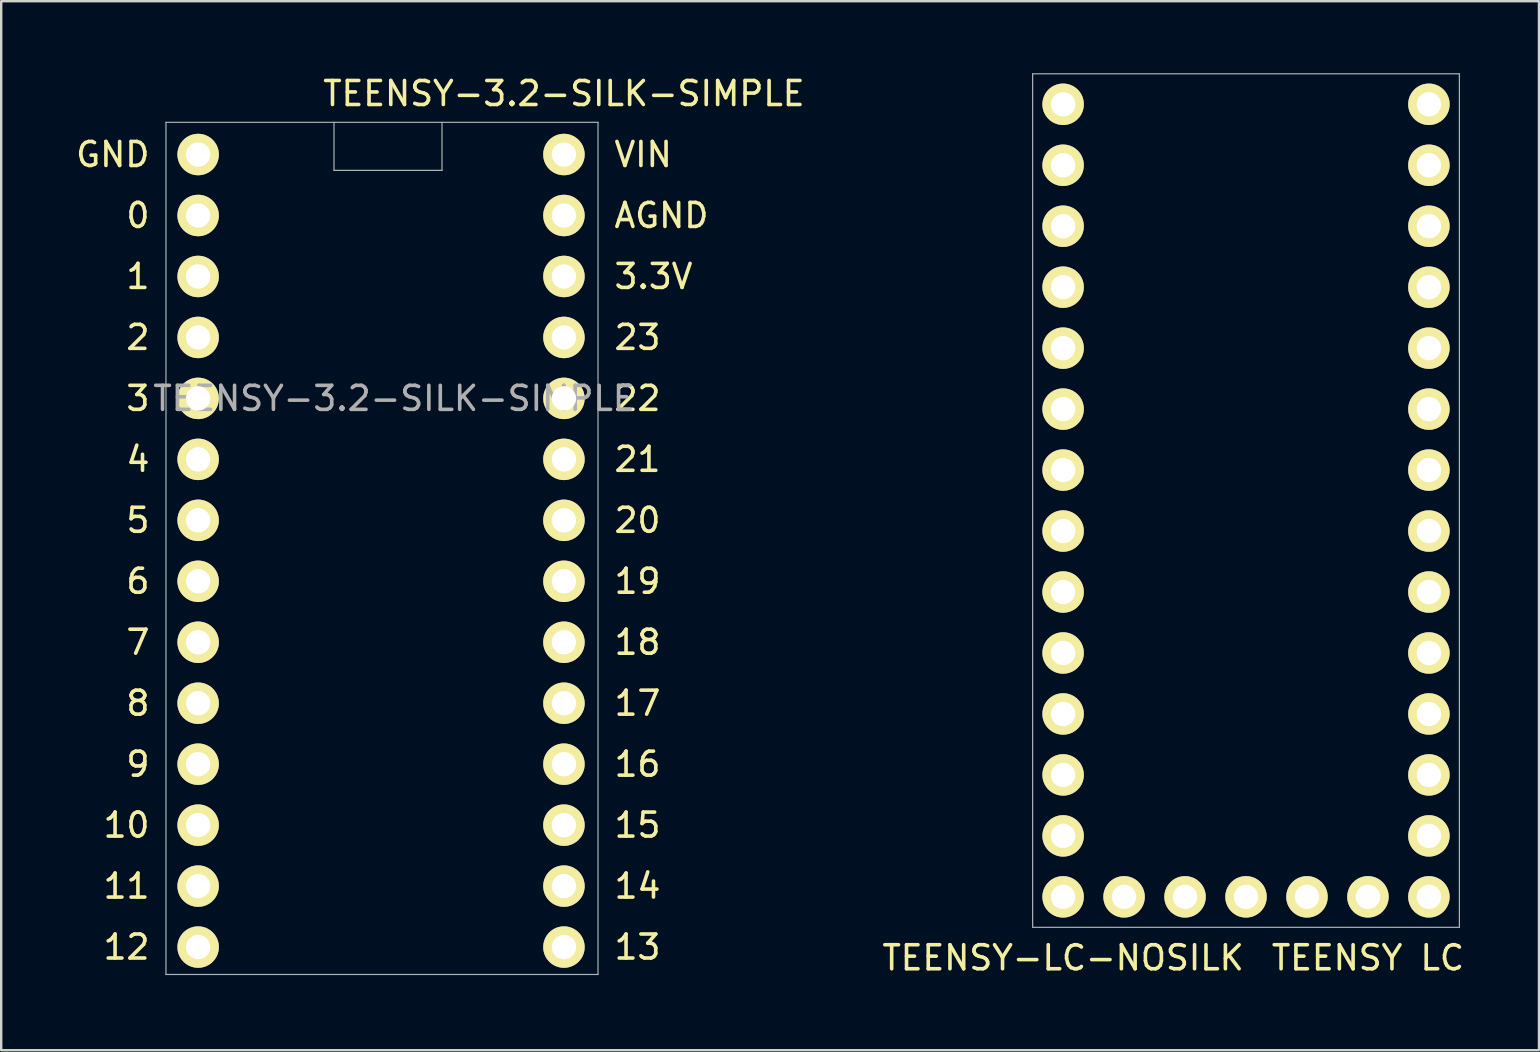
<source format=kicad_pcb>
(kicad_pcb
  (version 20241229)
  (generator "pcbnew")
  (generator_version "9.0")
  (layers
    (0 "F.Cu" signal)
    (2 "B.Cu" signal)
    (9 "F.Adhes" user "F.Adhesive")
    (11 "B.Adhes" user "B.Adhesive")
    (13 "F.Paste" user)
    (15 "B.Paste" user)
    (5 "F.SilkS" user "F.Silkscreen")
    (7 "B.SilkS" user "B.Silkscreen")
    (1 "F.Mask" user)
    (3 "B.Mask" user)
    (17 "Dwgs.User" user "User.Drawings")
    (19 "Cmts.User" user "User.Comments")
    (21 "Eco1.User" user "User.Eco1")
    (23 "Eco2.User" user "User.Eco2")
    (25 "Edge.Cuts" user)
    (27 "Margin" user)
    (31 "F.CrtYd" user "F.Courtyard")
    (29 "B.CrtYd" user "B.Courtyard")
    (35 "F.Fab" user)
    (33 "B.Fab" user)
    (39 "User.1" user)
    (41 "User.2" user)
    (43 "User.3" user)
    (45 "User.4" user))
  (footprint "TEENSY-LC-NOSILK"
    (layer "F.Cu")
    (at 51.402 11.455)
    (property "Reference" "TEENSY-LC-NOSILK" (at -10.16 25.4 180) (layer "F.SilkS") (effects (font (size 1 1) (thickness 0.15))))
    (attr through_hole)
    (fp_line (start -11.43 -11.43) (end -11.43 24.13) (stroke (width 0.051) (type solid)) (layer "F.Fab"))
    (fp_line (start -11.43 24.13) (end 6.35 24.13) (stroke (width 0.051) (type solid)) (layer "F.Fab"))
    (fp_line (start 6.35 -11.43) (end -11.43 -11.43) (stroke (width 0.051) (type solid)) (layer "F.Fab"))
    (fp_line (start 6.35 24.13) (end 6.35 -11.43) (stroke (width 0.051) (type solid)) (layer "F.Fab"))
    (fp_text user "TEENSY LC" (at 2.54 25.4 0) (layer "F.SilkS") (effects (font (size 1 1) (thickness 0.15))))
    (pad "0" thru_hole circle (at -10.16 -7.62) (size 1.727 1.727) (drill 1.016) (layers "*.Cu" "*.Mask" "F.SilkS"))
    (pad "1" thru_hole circle (at -10.16 -5.08) (size 1.727 1.727) (drill 1.016) (layers "*.Cu" "*.Mask" "F.SilkS"))
    (pad "2" thru_hole circle (at -10.16 -2.54) (size 1.727 1.727) (drill 1.016) (layers "*.Cu" "*.Mask" "F.SilkS"))
    (pad "3" thru_hole circle (at -10.16 0) (size 1.727 1.727) (drill 1.016) (layers "*.Cu" "*.Mask" "F.SilkS"))
    (pad "3V1" thru_hole circle (at -5.08 22.86) (size 1.727 1.727) (drill 1.016) (layers "*.Cu" "*.Mask" "F.SilkS"))
    (pad "3V2" thru_hole circle (at 5.08 -5.08) (size 1.727 1.727) (drill 1.016) (layers "*.Cu" "*.Mask" "F.SilkS"))
    (pad "4" thru_hole circle (at -10.16 2.54) (size 1.727 1.727) (drill 1.016) (layers "*.Cu" "*.Mask" "F.SilkS"))
    (pad "5" thru_hole circle (at -10.16 5.08) (size 1.727 1.727) (drill 1.016) (layers "*.Cu" "*.Mask" "F.SilkS"))
    (pad "6" thru_hole circle (at -10.16 7.62) (size 1.727 1.727) (drill 1.016) (layers "*.Cu" "*.Mask" "F.SilkS"))
    (pad "7" thru_hole circle (at -10.16 10.16) (size 1.727 1.727) (drill 1.016) (layers "*.Cu" "*.Mask" "F.SilkS"))
    (pad "8" thru_hole circle (at -10.16 12.7) (size 1.727 1.727) (drill 1.016) (layers "*.Cu" "*.Mask" "F.SilkS"))
    (pad "9" thru_hole circle (at -10.16 15.24) (size 1.727 1.727) (drill 1.016) (layers "*.Cu" "*.Mask" "F.SilkS"))
    (pad "10" thru_hole circle (at -10.16 17.78) (size 1.727 1.727) (drill 1.016) (layers "*.Cu" "*.Mask" "F.SilkS"))
    (pad "11" thru_hole circle (at -10.16 20.32) (size 1.727 1.727) (drill 1.016) (layers "*.Cu" "*.Mask" "F.SilkS"))
    (pad "12" thru_hole circle (at -10.16 22.86) (size 1.727 1.727) (drill 1.016) (layers "*.Cu" "*.Mask" "F.SilkS"))
    (pad "13" thru_hole circle (at 5.08 22.86) (size 1.727 1.727) (drill 1.016) (layers "*.Cu" "*.Mask" "F.SilkS"))
    (pad "14" thru_hole circle (at 5.08 20.32) (size 1.727 1.727) (drill 1.016) (layers "*.Cu" "*.Mask" "F.SilkS"))
    (pad "15" thru_hole circle (at 5.08 17.78) (size 1.727 1.727) (drill 1.016) (layers "*.Cu" "*.Mask" "F.SilkS"))
    (pad "16" thru_hole circle (at 5.08 15.24) (size 1.727 1.727) (drill 1.016) (layers "*.Cu" "*.Mask" "F.SilkS"))
    (pad "17" thru_hole circle (at 5.08 12.7) (size 1.727 1.727) (drill 1.016) (layers "*.Cu" "*.Mask" "F.SilkS"))
    (pad "17A" thru_hole circle (at -7.62 22.86) (size 1.727 1.727) (drill 1.016) (layers "*.Cu" "*.Mask" "F.SilkS"))
    (pad "18" thru_hole circle (at 5.08 10.16) (size 1.727 1.727) (drill 1.016) (layers "*.Cu" "*.Mask" "F.SilkS"))
    (pad "19" thru_hole circle (at 5.08 7.62) (size 1.727 1.727) (drill 1.016) (layers "*.Cu" "*.Mask" "F.SilkS"))
    (pad "20" thru_hole circle (at 5.08 5.08) (size 1.727 1.727) (drill 1.016) (layers "*.Cu" "*.Mask" "F.SilkS"))
    (pad "21" thru_hole circle (at 5.08 2.54) (size 1.727 1.727) (drill 1.016) (layers "*.Cu" "*.Mask" "F.SilkS"))
    (pad "22" thru_hole circle (at 5.08 0) (size 1.727 1.727) (drill 1.016) (layers "*.Cu" "*.Mask" "F.SilkS"))
    (pad "23" thru_hole circle (at 5.08 -2.54) (size 1.727 1.727) (drill 1.016) (layers "*.Cu" "*.Mask" "F.SilkS"))
    (pad "DAC" thru_hole circle (at 2.54 22.86) (size 1.727 1.727) (drill 1.016) (layers "*.Cu" "*.Mask" "F.SilkS"))
    (pad "G1" thru_hole circle (at -10.16 -10.16) (size 1.727 1.727) (drill 1.016) (layers "*.Cu" "*.Mask" "F.SilkS"))
    (pad "G2" thru_hole circle (at -2.54 22.86) (size 1.727 1.727) (drill 1.016) (layers "*.Cu" "*.Mask" "F.SilkS"))
    (pad "G3" thru_hole circle (at 5.08 -7.62) (size 1.727 1.727) (drill 1.016) (layers "*.Cu" "*.Mask" "F.SilkS"))
    (pad "PGM" thru_hole circle (at 0 22.86) (size 1.727 1.727) (drill 1.016) (layers "*.Cu" "*.Mask" "F.SilkS"))
    (pad "VIN" thru_hole circle (at 5.08 -10.16) (size 1.727 1.727) (drill 1.016) (layers "*.Cu" "*.Mask" "F.SilkS")))
  (footprint "TEENSY-3.2-SILK-SIMPLE"
    (layer "F.Cu")
    (at 15.365 13.548)
    (property "Reference" "TEENSY-3.2-SILK-SIMPLE" (at -2 0 0) (layer "F.Fab") (effects (font (size 1 1) (thickness 0.15))))
    (attr through_hole)
    (fp_line (start -11.5 -11.5) (end -11.5 24) (stroke (width 0.05) (type solid)) (layer "F.Fab"))
    (fp_line (start -11.5 24) (end 6.5 24) (stroke (width 0.05) (type solid)) (layer "F.Fab"))
    (fp_line (start -4.5 -11.5) (end -4.5 -9.5) (stroke (width 0.05) (type solid)) (layer "F.Fab"))
    (fp_line (start -4.5 -9.5) (end 0 -9.5) (stroke (width 0.05) (type solid)) (layer "F.Fab"))
    (fp_line (start 0 -9.5) (end 0 -11.5) (stroke (width 0.05) (type solid)) (layer "F.Fab"))
    (fp_line (start 6.5 -11.5) (end -11.5 -11.5) (stroke (width 0.05) (type solid)) (layer "F.Fab"))
    (fp_line (start 6.5 24) (end 6.5 -11.5) (stroke (width 0.05) (type solid)) (layer "F.Fab"))
    (fp_text user "12" (at -13.145 22.86 0) (layer "F.SilkS") (effects (font (size 1 1) (thickness 0.15))))
    (fp_text user "2" (at -12.668 -2.54 0) (layer "F.SilkS") (effects (font (size 1 1) (thickness 0.15))))
    (fp_text user "6" (at -12.668 7.62 0) (layer "F.SilkS") (effects (font (size 1 1) (thickness 0.15))))
    (fp_text user "15" (at 8.144 17.78 0) (layer "F.SilkS") (effects (font (size 1 1) (thickness 0.15))))
    (fp_text user "19" (at 8.144 7.62 0) (layer "F.SilkS") (effects (font (size 1 1) (thickness 0.15))))
    (fp_text user "GND" (at -13.716 -10.16 0) (layer "F.SilkS") (effects (font (size 1 1) (thickness 0.15))))
    (fp_text user "18" (at 8.144 10.16 0) (layer "F.SilkS") (effects (font (size 1 1) (thickness 0.15))))
    (fp_text user "0" (at -12.668 -7.62 0) (layer "F.SilkS") (effects (font (size 1 1) (thickness 0.15))))
    (fp_text user "16" (at 8.144 15.24 0) (layer "F.SilkS") (effects (font (size 1 1) (thickness 0.15))))
    (fp_text user "9" (at -12.668 15.24 0) (layer "F.SilkS") (effects (font (size 1 1) (thickness 0.15))))
    (fp_text user "20" (at 8.144 5.08 0) (layer "F.SilkS") (effects (font (size 1 1) (thickness 0.15))))
    (fp_text user "AGND" (at 9.144 -7.62 0) (layer "F.SilkS") (effects (font (size 1 1) (thickness 0.15))))
    (fp_text user "21" (at 8.144 2.54 0) (layer "F.SilkS") (effects (font (size 1 1) (thickness 0.15))))
    (fp_text user "7" (at -12.668 10.16 0) (layer "F.SilkS") (effects (font (size 1 1) (thickness 0.15))))
    (fp_text user "${REFERENCE}" (at 5.08 -12.7 0) (layer "F.SilkS") (effects (font (size 1 1) (thickness 0.15))))
    (fp_text user "11" (at -13.145 20.32 0) (layer "F.SilkS") (effects (font (size 1 1) (thickness 0.15))))
    (fp_text user "17" (at 8.144 12.7 0) (layer "F.SilkS") (effects (font (size 1 1) (thickness 0.15))))
    (fp_text user "VIN" (at 8.382 -10.16 0) (layer "F.SilkS") (effects (font (size 1 1) (thickness 0.15))))
    (fp_text user "13" (at 8.144 22.86 0) (layer "F.SilkS") (effects (font (size 1 1) (thickness 0.15))))
    (fp_text user "8" (at -12.668 12.7 0) (layer "F.SilkS") (effects (font (size 1 1) (thickness 0.15))))
    (fp_text user "5" (at -12.668 5.08 0) (layer "F.SilkS") (effects (font (size 1 1) (thickness 0.15))))
    (fp_text user "3" (at -12.668 0 0) (layer "F.SilkS") (effects (font (size 1 1) (thickness 0.15))))
    (fp_text user "1" (at -12.668 -5.08 0) (layer "F.SilkS") (effects (font (size 1 1) (thickness 0.15))))
    (fp_text user "22" (at 8.144 0 0) (layer "F.SilkS") (effects (font (size 1 1) (thickness 0.15))))
    (fp_text user "3.3V" (at 8.811 -5.08 0) (layer "F.SilkS") (effects (font (size 1 1) (thickness 0.15))))
    (fp_text user "10" (at -13.145 17.78 0) (layer "F.SilkS") (effects (font (size 1 1) (thickness 0.15))))
    (fp_text user "4" (at -12.668 2.54 0) (layer "F.SilkS") (effects (font (size 1 1) (thickness 0.15))))
    (fp_text user "14" (at 8.144 20.32 0) (layer "F.SilkS") (effects (font (size 1 1) (thickness 0.15))))
    (fp_text user "23" (at 8.144 -2.54 0) (layer "F.SilkS") (effects (font (size 1 1) (thickness 0.15))))
    (pad "0" thru_hole circle (at -10.16 -7.62) (size 1.727 1.727) (drill 1.016) (layers "*.Cu" "*.Mask" "F.SilkS"))
    (pad "1" thru_hole circle (at -10.16 -5.08) (size 1.727 1.727) (drill 1.016) (layers "*.Cu" "*.Mask" "F.SilkS"))
    (pad "2" thru_hole circle (at -10.16 -2.54) (size 1.727 1.727) (drill 1.016) (layers "*.Cu" "*.Mask" "F.SilkS"))
    (pad "3" thru_hole circle (at -10.16 0) (size 1.727 1.727) (drill 1.016) (layers "*.Cu" "*.Mask" "F.SilkS"))
    (pad "3V2" thru_hole circle (at 5.08 -5.08) (size 1.727 1.727) (drill 1.016) (layers "*.Cu" "*.Mask" "F.SilkS"))
    (pad "4" thru_hole circle (at -10.16 2.54) (size 1.727 1.727) (drill 1.016) (layers "*.Cu" "*.Mask" "F.SilkS"))
    (pad "5" thru_hole circle (at -10.16 5.08) (size 1.727 1.727) (drill 1.016) (layers "*.Cu" "*.Mask" "F.SilkS"))
    (pad "6" thru_hole circle (at -10.16 7.62) (size 1.727 1.727) (drill 1.016) (layers "*.Cu" "*.Mask" "F.SilkS"))
    (pad "7" thru_hole circle (at -10.16 10.16) (size 1.727 1.727) (drill 1.016) (layers "*.Cu" "*.Mask" "F.SilkS"))
    (pad "8" thru_hole circle (at -10.16 12.7) (size 1.727 1.727) (drill 1.016) (layers "*.Cu" "*.Mask" "F.SilkS"))
    (pad "9" thru_hole circle (at -10.16 15.24) (size 1.727 1.727) (drill 1.016) (layers "*.Cu" "*.Mask" "F.SilkS"))
    (pad "10" thru_hole circle (at -10.16 17.78) (size 1.727 1.727) (drill 1.016) (layers "*.Cu" "*.Mask" "F.SilkS"))
    (pad "11" thru_hole circle (at -10.16 20.32) (size 1.727 1.727) (drill 1.016) (layers "*.Cu" "*.Mask" "F.SilkS"))
    (pad "12" thru_hole circle (at -10.16 22.86) (size 1.727 1.727) (drill 1.016) (layers "*.Cu" "*.Mask" "F.SilkS"))
    (pad "13" thru_hole circle (at 5.08 22.86) (size 1.727 1.727) (drill 1.016) (layers "*.Cu" "*.Mask" "F.SilkS"))
    (pad "14" thru_hole circle (at 5.08 20.32) (size 1.727 1.727) (drill 1.016) (layers "*.Cu" "*.Mask" "F.SilkS"))
    (pad "15" thru_hole circle (at 5.08 17.78) (size 1.727 1.727) (drill 1.016) (layers "*.Cu" "*.Mask" "F.SilkS"))
    (pad "16" thru_hole circle (at 5.08 15.24) (size 1.727 1.727) (drill 1.016) (layers "*.Cu" "*.Mask" "F.SilkS"))
    (pad "17" thru_hole circle (at 5.08 12.7) (size 1.727 1.727) (drill 1.016) (layers "*.Cu" "*.Mask" "F.SilkS"))
    (pad "18" thru_hole circle (at 5.08 10.16) (size 1.727 1.727) (drill 1.016) (layers "*.Cu" "*.Mask" "F.SilkS"))
    (pad "19" thru_hole circle (at 5.08 7.62) (size 1.727 1.727) (drill 1.016) (layers "*.Cu" "*.Mask" "F.SilkS"))
    (pad "20" thru_hole circle (at 5.08 5.08) (size 1.727 1.727) (drill 1.016) (layers "*.Cu" "*.Mask" "F.SilkS"))
    (pad "21" thru_hole circle (at 5.08 2.54) (size 1.727 1.727) (drill 1.016) (layers "*.Cu" "*.Mask" "F.SilkS"))
    (pad "22" thru_hole circle (at 5.08 0) (size 1.727 1.727) (drill 1.016) (layers "*.Cu" "*.Mask" "F.SilkS"))
    (pad "23" thru_hole circle (at 5.08 -2.54) (size 1.727 1.727) (drill 1.016) (layers "*.Cu" "*.Mask" "F.SilkS"))
    (pad "AG" thru_hole circle (at 5.08 -7.62) (size 1.727 1.727) (drill 1.016) (layers "*.Cu" "*.Mask" "F.SilkS"))
    (pad "G1" thru_hole circle (at -10.16 -10.16) (size 1.727 1.727) (drill 1.016) (layers "*.Cu" "*.Mask" "F.SilkS"))
    (pad "VIN" thru_hole circle (at 5.08 -10.16) (size 1.727 1.727) (drill 1.016) (layers "*.Cu" "*.Mask" "F.SilkS")))
  (gr_rect
    (start -3 -3)
    (end 61.067 40.704)
    (stroke (width 0.1) (type default))
    (fill no)
    (layer "Edge.Cuts")))
</source>
